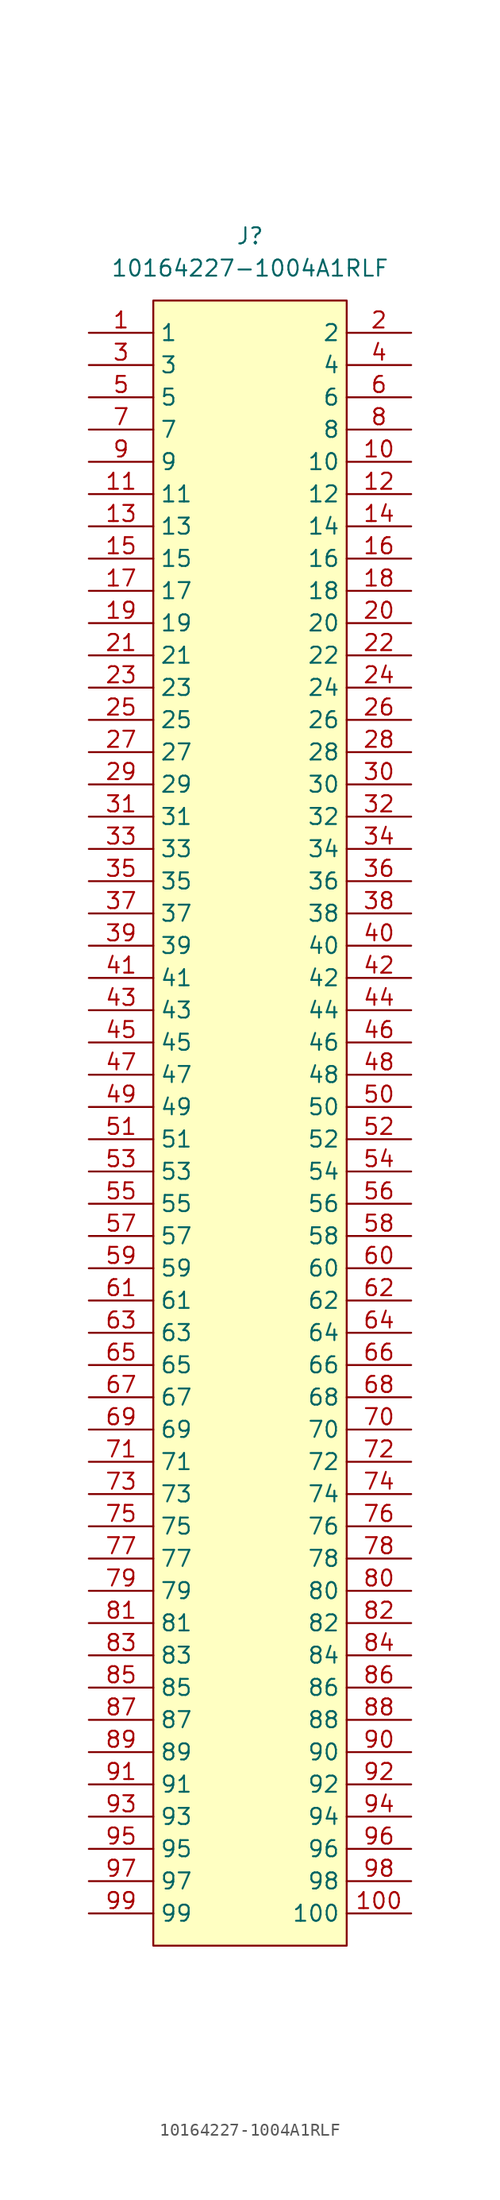
<source format=kicad_sym>
(kicad_symbol_lib
  (version 20241209)
  (generator "kicad_symbol_editor")
  (generator_version "9.0")
  (symbol "10164227-1004A1RLF"
    (property "Reference" "J"
      (at 0 5.08 0)
      (effects (font (size 1.27 1.27))))
    (property "Value" "10164227-1004A1RLF"
      (at 0 2.54 0)
      (effects (font (size 1.27 1.27))))
    (symbol "10164227-1004A1RLF_1_1"
      (rectangle (start -7.62 0) (end 7.62 -129.54) (stroke (width 0) (type solid)) (fill (type background)))
      (pin passive line (at -12.7 -2.54 0) (length 5.08) (name "1" (effects (font (size 1.27 1.27)))) (number "1" (effects (font (size 1.27 1.27)))))
      (pin passive line (at -12.7 -5.08 0) (length 5.08) (name "3" (effects (font (size 1.27 1.27)))) (number "3" (effects (font (size 1.27 1.27)))))
      (pin passive line (at -12.7 -7.62 0) (length 5.08) (name "5" (effects (font (size 1.27 1.27)))) (number "5" (effects (font (size 1.27 1.27)))))
      (pin passive line (at -12.7 -10.16 0) (length 5.08) (name "7" (effects (font (size 1.27 1.27)))) (number "7" (effects (font (size 1.27 1.27)))))
      (pin passive line (at -12.7 -12.7 0) (length 5.08) (name "9" (effects (font (size 1.27 1.27)))) (number "9" (effects (font (size 1.27 1.27)))))
      (pin passive line (at -12.7 -15.24 0) (length 5.08) (name "11" (effects (font (size 1.27 1.27)))) (number "11" (effects (font (size 1.27 1.27)))))
      (pin passive line (at -12.7 -17.78 0) (length 5.08) (name "13" (effects (font (size 1.27 1.27)))) (number "13" (effects (font (size 1.27 1.27)))))
      (pin passive line (at -12.7 -20.32 0) (length 5.08) (name "15" (effects (font (size 1.27 1.27)))) (number "15" (effects (font (size 1.27 1.27)))))
      (pin passive line (at -12.7 -22.86 0) (length 5.08) (name "17" (effects (font (size 1.27 1.27)))) (number "17" (effects (font (size 1.27 1.27)))))
      (pin passive line (at -12.7 -25.4 0) (length 5.08) (name "19" (effects (font (size 1.27 1.27)))) (number "19" (effects (font (size 1.27 1.27)))))
      (pin passive line (at -12.7 -27.94 0) (length 5.08) (name "21" (effects (font (size 1.27 1.27)))) (number "21" (effects (font (size 1.27 1.27)))))
      (pin passive line (at -12.7 -30.48 0) (length 5.08) (name "23" (effects (font (size 1.27 1.27)))) (number "23" (effects (font (size 1.27 1.27)))))
      (pin passive line (at -12.7 -33.02 0) (length 5.08) (name "25" (effects (font (size 1.27 1.27)))) (number "25" (effects (font (size 1.27 1.27)))))
      (pin passive line (at -12.7 -35.56 0) (length 5.08) (name "27" (effects (font (size 1.27 1.27)))) (number "27" (effects (font (size 1.27 1.27)))))
      (pin passive line (at -12.7 -38.1 0) (length 5.08) (name "29" (effects (font (size 1.27 1.27)))) (number "29" (effects (font (size 1.27 1.27)))))
      (pin passive line (at -12.7 -40.64 0) (length 5.08) (name "31" (effects (font (size 1.27 1.27)))) (number "31" (effects (font (size 1.27 1.27)))))
      (pin passive line (at -12.7 -43.18 0) (length 5.08) (name "33" (effects (font (size 1.27 1.27)))) (number "33" (effects (font (size 1.27 1.27)))))
      (pin passive line (at -12.7 -45.72 0) (length 5.08) (name "35" (effects (font (size 1.27 1.27)))) (number "35" (effects (font (size 1.27 1.27)))))
      (pin passive line (at -12.7 -48.26 0) (length 5.08) (name "37" (effects (font (size 1.27 1.27)))) (number "37" (effects (font (size 1.27 1.27)))))
      (pin passive line (at -12.7 -50.8 0) (length 5.08) (name "39" (effects (font (size 1.27 1.27)))) (number "39" (effects (font (size 1.27 1.27)))))
      (pin passive line (at -12.7 -53.34 0) (length 5.08) (name "41" (effects (font (size 1.27 1.27)))) (number "41" (effects (font (size 1.27 1.27)))))
      (pin passive line (at -12.7 -55.88 0) (length 5.08) (name "43" (effects (font (size 1.27 1.27)))) (number "43" (effects (font (size 1.27 1.27)))))
      (pin passive line (at -12.7 -58.42 0) (length 5.08) (name "45" (effects (font (size 1.27 1.27)))) (number "45" (effects (font (size 1.27 1.27)))))
      (pin passive line (at -12.7 -60.96 0) (length 5.08) (name "47" (effects (font (size 1.27 1.27)))) (number "47" (effects (font (size 1.27 1.27)))))
      (pin passive line (at -12.7 -63.5 0) (length 5.08) (name "49" (effects (font (size 1.27 1.27)))) (number "49" (effects (font (size 1.27 1.27)))))
      (pin passive line (at -12.7 -66.04 0) (length 5.08) (name "51" (effects (font (size 1.27 1.27)))) (number "51" (effects (font (size 1.27 1.27)))))
      (pin passive line (at -12.7 -68.58 0) (length 5.08) (name "53" (effects (font (size 1.27 1.27)))) (number "53" (effects (font (size 1.27 1.27)))))
      (pin passive line (at -12.7 -71.12 0) (length 5.08) (name "55" (effects (font (size 1.27 1.27)))) (number "55" (effects (font (size 1.27 1.27)))))
      (pin passive line (at -12.7 -73.66 0) (length 5.08) (name "57" (effects (font (size 1.27 1.27)))) (number "57" (effects (font (size 1.27 1.27)))))
      (pin passive line (at -12.7 -76.2 0) (length 5.08) (name "59" (effects (font (size 1.27 1.27)))) (number "59" (effects (font (size 1.27 1.27)))))
      (pin passive line (at -12.7 -78.74 0) (length 5.08) (name "61" (effects (font (size 1.27 1.27)))) (number "61" (effects (font (size 1.27 1.27)))))
      (pin passive line (at -12.7 -81.28 0) (length 5.08) (name "63" (effects (font (size 1.27 1.27)))) (number "63" (effects (font (size 1.27 1.27)))))
      (pin passive line (at -12.7 -83.82 0) (length 5.08) (name "65" (effects (font (size 1.27 1.27)))) (number "65" (effects (font (size 1.27 1.27)))))
      (pin passive line (at -12.7 -86.36 0) (length 5.08) (name "67" (effects (font (size 1.27 1.27)))) (number "67" (effects (font (size 1.27 1.27)))))
      (pin passive line (at -12.7 -88.9 0) (length 5.08) (name "69" (effects (font (size 1.27 1.27)))) (number "69" (effects (font (size 1.27 1.27)))))
      (pin passive line (at -12.7 -91.44 0) (length 5.08) (name "71" (effects (font (size 1.27 1.27)))) (number "71" (effects (font (size 1.27 1.27)))))
      (pin passive line (at -12.7 -93.98 0) (length 5.08) (name "73" (effects (font (size 1.27 1.27)))) (number "73" (effects (font (size 1.27 1.27)))))
      (pin passive line (at -12.7 -96.52 0) (length 5.08) (name "75" (effects (font (size 1.27 1.27)))) (number "75" (effects (font (size 1.27 1.27)))))
      (pin passive line (at -12.7 -99.06 0) (length 5.08) (name "77" (effects (font (size 1.27 1.27)))) (number "77" (effects (font (size 1.27 1.27)))))
      (pin passive line (at -12.7 -101.6 0) (length 5.08) (name "79" (effects (font (size 1.27 1.27)))) (number "79" (effects (font (size 1.27 1.27)))))
      (pin passive line (at -12.7 -104.14 0) (length 5.08) (name "81" (effects (font (size 1.27 1.27)))) (number "81" (effects (font (size 1.27 1.27)))))
      (pin passive line (at -12.7 -106.68 0) (length 5.08) (name "83" (effects (font (size 1.27 1.27)))) (number "83" (effects (font (size 1.27 1.27)))))
      (pin passive line (at -12.7 -109.22 0) (length 5.08) (name "85" (effects (font (size 1.27 1.27)))) (number "85" (effects (font (size 1.27 1.27)))))
      (pin passive line (at -12.7 -111.76 0) (length 5.08) (name "87" (effects (font (size 1.27 1.27)))) (number "87" (effects (font (size 1.27 1.27)))))
      (pin passive line (at -12.7 -114.3 0) (length 5.08) (name "89" (effects (font (size 1.27 1.27)))) (number "89" (effects (font (size 1.27 1.27)))))
      (pin passive line (at -12.7 -116.84 0) (length 5.08) (name "91" (effects (font (size 1.27 1.27)))) (number "91" (effects (font (size 1.27 1.27)))))
      (pin passive line (at -12.7 -119.38 0) (length 5.08) (name "93" (effects (font (size 1.27 1.27)))) (number "93" (effects (font (size 1.27 1.27)))))
      (pin passive line (at -12.7 -121.92 0) (length 5.08) (name "95" (effects (font (size 1.27 1.27)))) (number "95" (effects (font (size 1.27 1.27)))))
      (pin passive line (at -12.7 -124.46 0) (length 5.08) (name "97" (effects (font (size 1.27 1.27)))) (number "97" (effects (font (size 1.27 1.27)))))
      (pin passive line (at -12.7 -127 0) (length 5.08) (name "99" (effects (font (size 1.27 1.27)))) (number "99" (effects (font (size 1.27 1.27)))))
      (pin passive line (at 12.7 -2.54 180) (length 5.08) (name "2" (effects (font (size 1.27 1.27)))) (number "2" (effects (font (size 1.27 1.27)))))
      (pin passive line (at 12.7 -5.08 180) (length 5.08) (name "4" (effects (font (size 1.27 1.27)))) (number "4" (effects (font (size 1.27 1.27)))))
      (pin passive line (at 12.7 -7.62 180) (length 5.08) (name "6" (effects (font (size 1.27 1.27)))) (number "6" (effects (font (size 1.27 1.27)))))
      (pin passive line (at 12.7 -10.16 180) (length 5.08) (name "8" (effects (font (size 1.27 1.27)))) (number "8" (effects (font (size 1.27 1.27)))))
      (pin passive line (at 12.7 -12.7 180) (length 5.08) (name "10" (effects (font (size 1.27 1.27)))) (number "10" (effects (font (size 1.27 1.27)))))
      (pin passive line (at 12.7 -15.24 180) (length 5.08) (name "12" (effects (font (size 1.27 1.27)))) (number "12" (effects (font (size 1.27 1.27)))))
      (pin passive line (at 12.7 -17.78 180) (length 5.08) (name "14" (effects (font (size 1.27 1.27)))) (number "14" (effects (font (size 1.27 1.27)))))
      (pin passive line (at 12.7 -20.32 180) (length 5.08) (name "16" (effects (font (size 1.27 1.27)))) (number "16" (effects (font (size 1.27 1.27)))))
      (pin passive line (at 12.7 -22.86 180) (length 5.08) (name "18" (effects (font (size 1.27 1.27)))) (number "18" (effects (font (size 1.27 1.27)))))
      (pin passive line (at 12.7 -25.4 180) (length 5.08) (name "20" (effects (font (size 1.27 1.27)))) (number "20" (effects (font (size 1.27 1.27)))))
      (pin passive line (at 12.7 -27.94 180) (length 5.08) (name "22" (effects (font (size 1.27 1.27)))) (number "22" (effects (font (size 1.27 1.27)))))
      (pin passive line (at 12.7 -30.48 180) (length 5.08) (name "24" (effects (font (size 1.27 1.27)))) (number "24" (effects (font (size 1.27 1.27)))))
      (pin passive line (at 12.7 -33.02 180) (length 5.08) (name "26" (effects (font (size 1.27 1.27)))) (number "26" (effects (font (size 1.27 1.27)))))
      (pin passive line (at 12.7 -35.56 180) (length 5.08) (name "28" (effects (font (size 1.27 1.27)))) (number "28" (effects (font (size 1.27 1.27)))))
      (pin passive line (at 12.7 -38.1 180) (length 5.08) (name "30" (effects (font (size 1.27 1.27)))) (number "30" (effects (font (size 1.27 1.27)))))
      (pin passive line (at 12.7 -40.64 180) (length 5.08) (name "32" (effects (font (size 1.27 1.27)))) (number "32" (effects (font (size 1.27 1.27)))))
      (pin passive line (at 12.7 -43.18 180) (length 5.08) (name "34" (effects (font (size 1.27 1.27)))) (number "34" (effects (font (size 1.27 1.27)))))
      (pin passive line (at 12.7 -45.72 180) (length 5.08) (name "36" (effects (font (size 1.27 1.27)))) (number "36" (effects (font (size 1.27 1.27)))))
      (pin passive line (at 12.7 -48.26 180) (length 5.08) (name "38" (effects (font (size 1.27 1.27)))) (number "38" (effects (font (size 1.27 1.27)))))
      (pin passive line (at 12.7 -50.8 180) (length 5.08) (name "40" (effects (font (size 1.27 1.27)))) (number "40" (effects (font (size 1.27 1.27)))))
      (pin passive line (at 12.7 -53.34 180) (length 5.08) (name "42" (effects (font (size 1.27 1.27)))) (number "42" (effects (font (size 1.27 1.27)))))
      (pin passive line (at 12.7 -55.88 180) (length 5.08) (name "44" (effects (font (size 1.27 1.27)))) (number "44" (effects (font (size 1.27 1.27)))))
      (pin passive line (at 12.7 -58.42 180) (length 5.08) (name "46" (effects (font (size 1.27 1.27)))) (number "46" (effects (font (size 1.27 1.27)))))
      (pin passive line (at 12.7 -60.96 180) (length 5.08) (name "48" (effects (font (size 1.27 1.27)))) (number "48" (effects (font (size 1.27 1.27)))))
      (pin passive line (at 12.7 -63.5 180) (length 5.08) (name "50" (effects (font (size 1.27 1.27)))) (number "50" (effects (font (size 1.27 1.27)))))
      (pin passive line (at 12.7 -66.04 180) (length 5.08) (name "52" (effects (font (size 1.27 1.27)))) (number "52" (effects (font (size 1.27 1.27)))))
      (pin passive line (at 12.7 -68.58 180) (length 5.08) (name "54" (effects (font (size 1.27 1.27)))) (number "54" (effects (font (size 1.27 1.27)))))
      (pin passive line (at 12.7 -71.12 180) (length 5.08) (name "56" (effects (font (size 1.27 1.27)))) (number "56" (effects (font (size 1.27 1.27)))))
      (pin passive line (at 12.7 -73.66 180) (length 5.08) (name "58" (effects (font (size 1.27 1.27)))) (number "58" (effects (font (size 1.27 1.27)))))
      (pin passive line (at 12.7 -76.2 180) (length 5.08) (name "60" (effects (font (size 1.27 1.27)))) (number "60" (effects (font (size 1.27 1.27)))))
      (pin passive line (at 12.7 -78.74 180) (length 5.08) (name "62" (effects (font (size 1.27 1.27)))) (number "62" (effects (font (size 1.27 1.27)))))
      (pin passive line (at 12.7 -81.28 180) (length 5.08) (name "64" (effects (font (size 1.27 1.27)))) (number "64" (effects (font (size 1.27 1.27)))))
      (pin passive line (at 12.7 -83.82 180) (length 5.08) (name "66" (effects (font (size 1.27 1.27)))) (number "66" (effects (font (size 1.27 1.27)))))
      (pin passive line (at 12.7 -86.36 180) (length 5.08) (name "68" (effects (font (size 1.27 1.27)))) (number "68" (effects (font (size 1.27 1.27)))))
      (pin passive line (at 12.7 -88.9 180) (length 5.08) (name "70" (effects (font (size 1.27 1.27)))) (number "70" (effects (font (size 1.27 1.27)))))
      (pin passive line (at 12.7 -91.44 180) (length 5.08) (name "72" (effects (font (size 1.27 1.27)))) (number "72" (effects (font (size 1.27 1.27)))))
      (pin passive line (at 12.7 -93.98 180) (length 5.08) (name "74" (effects (font (size 1.27 1.27)))) (number "74" (effects (font (size 1.27 1.27)))))
      (pin passive line (at 12.7 -96.52 180) (length 5.08) (name "76" (effects (font (size 1.27 1.27)))) (number "76" (effects (font (size 1.27 1.27)))))
      (pin passive line (at 12.7 -99.06 180) (length 5.08) (name "78" (effects (font (size 1.27 1.27)))) (number "78" (effects (font (size 1.27 1.27)))))
      (pin passive line (at 12.7 -101.6 180) (length 5.08) (name "80" (effects (font (size 1.27 1.27)))) (number "80" (effects (font (size 1.27 1.27)))))
      (pin passive line (at 12.7 -104.14 180) (length 5.08) (name "82" (effects (font (size 1.27 1.27)))) (number "82" (effects (font (size 1.27 1.27)))))
      (pin passive line (at 12.7 -106.68 180) (length 5.08) (name "84" (effects (font (size 1.27 1.27)))) (number "84" (effects (font (size 1.27 1.27)))))
      (pin passive line (at 12.7 -109.22 180) (length 5.08) (name "86" (effects (font (size 1.27 1.27)))) (number "86" (effects (font (size 1.27 1.27)))))
      (pin passive line (at 12.7 -111.76 180) (length 5.08) (name "88" (effects (font (size 1.27 1.27)))) (number "88" (effects (font (size 1.27 1.27)))))
      (pin passive line (at 12.7 -114.3 180) (length 5.08) (name "90" (effects (font (size 1.27 1.27)))) (number "90" (effects (font (size 1.27 1.27)))))
      (pin passive line (at 12.7 -116.84 180) (length 5.08) (name "92" (effects (font (size 1.27 1.27)))) (number "92" (effects (font (size 1.27 1.27)))))
      (pin passive line (at 12.7 -119.38 180) (length 5.08) (name "94" (effects (font (size 1.27 1.27)))) (number "94" (effects (font (size 1.27 1.27)))))
      (pin passive line (at 12.7 -121.92 180) (length 5.08) (name "96" (effects (font (size 1.27 1.27)))) (number "96" (effects (font (size 1.27 1.27)))))
      (pin passive line (at 12.7 -124.46 180) (length 5.08) (name "98" (effects (font (size 1.27 1.27)))) (number "98" (effects (font (size 1.27 1.27)))))
      (pin passive line (at 12.7 -127 180) (length 5.08) (name "100" (effects (font (size 1.27 1.27)))) (number "100" (effects (font (size 1.27 1.27))))))))
</source>
